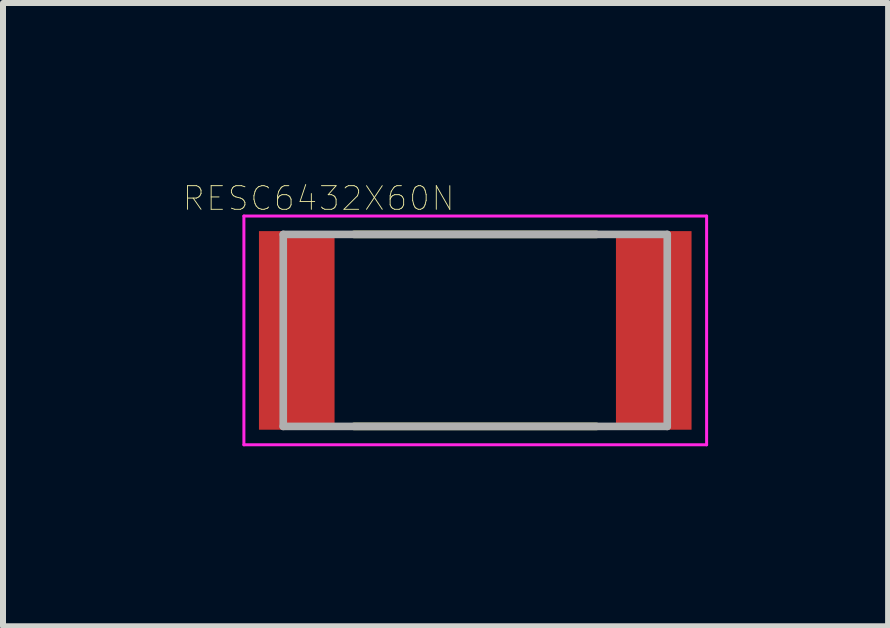
<source format=kicad_pcb>
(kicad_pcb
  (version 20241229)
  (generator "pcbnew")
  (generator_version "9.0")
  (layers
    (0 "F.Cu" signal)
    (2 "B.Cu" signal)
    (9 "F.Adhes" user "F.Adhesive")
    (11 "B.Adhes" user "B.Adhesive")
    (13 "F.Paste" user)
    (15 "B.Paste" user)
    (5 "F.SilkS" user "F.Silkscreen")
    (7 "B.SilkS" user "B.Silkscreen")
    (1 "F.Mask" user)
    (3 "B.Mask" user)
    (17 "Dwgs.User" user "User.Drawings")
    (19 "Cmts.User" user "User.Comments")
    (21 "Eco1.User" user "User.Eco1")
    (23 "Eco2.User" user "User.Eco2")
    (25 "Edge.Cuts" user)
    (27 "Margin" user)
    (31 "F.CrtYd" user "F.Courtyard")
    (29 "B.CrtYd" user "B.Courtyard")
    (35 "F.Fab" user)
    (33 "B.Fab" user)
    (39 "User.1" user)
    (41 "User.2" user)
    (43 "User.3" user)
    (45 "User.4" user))
  (footprint "RESC6432X60N"
    (layer "F.Cu")
    (at 4.871 2.457)
    (property "Reference" "RESC6432X60N" (at -2.61 -2.2 0) (layer "F.SilkS") (effects (font (size 0.394 0.394) (thickness 0.015))))
    (attr through_hole)
    (fp_line (start -2.02 -1.6) (end 2.02 -1.6) (stroke (width 0.127) (type solid)) (layer "F.SilkS"))
    (fp_line (start -2.02 1.6) (end 2.02 1.6) (stroke (width 0.127) (type solid)) (layer "F.SilkS"))
    (fp_line (start -3.856 -1.906) (end 3.856 -1.906) (stroke (width 0.05) (type solid)) (layer "F.CrtYd"))
    (fp_line (start -3.856 1.906) (end -3.856 -1.906) (stroke (width 0.05) (type solid)) (layer "F.CrtYd"))
    (fp_line (start -3.856 1.906) (end 3.856 1.906) (stroke (width 0.05) (type solid)) (layer "F.CrtYd"))
    (fp_line (start 3.856 1.906) (end 3.856 -1.906) (stroke (width 0.05) (type solid)) (layer "F.CrtYd"))
    (fp_line (start -3.2 1.6) (end -3.2 -1.6) (stroke (width 0.127) (type solid)) (layer "F.Fab"))
    (fp_line (start 3.2 -1.6) (end -3.2 -1.6) (stroke (width 0.127) (type solid)) (layer "F.Fab"))
    (fp_line (start 3.2 1.6) (end -3.2 1.6) (stroke (width 0.127) (type solid)) (layer "F.Fab"))
    (fp_line (start 3.2 1.6) (end 3.2 -1.6) (stroke (width 0.127) (type solid)) (layer "F.Fab"))
    (pad "1" smd rect (at -2.975 0) (size 1.26 3.31) (layers "F.Cu" "F.Mask" "F.Paste"))
    (pad "2" smd rect (at 2.975 0) (size 1.26 3.31) (layers "F.Cu" "F.Mask" "F.Paste")))
  (gr_rect
    (start -3 -3)
    (end 11.752 7.388)
    (stroke (width 0.1) (type default))
    (fill no)
    (layer "Edge.Cuts")))
</source>
